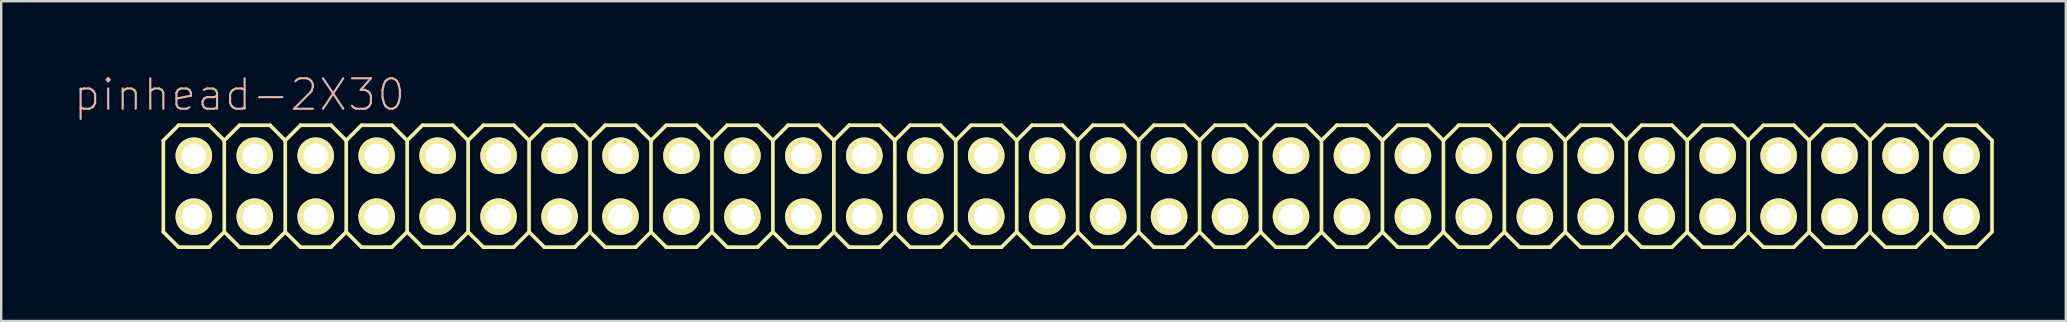
<source format=kicad_pcb>
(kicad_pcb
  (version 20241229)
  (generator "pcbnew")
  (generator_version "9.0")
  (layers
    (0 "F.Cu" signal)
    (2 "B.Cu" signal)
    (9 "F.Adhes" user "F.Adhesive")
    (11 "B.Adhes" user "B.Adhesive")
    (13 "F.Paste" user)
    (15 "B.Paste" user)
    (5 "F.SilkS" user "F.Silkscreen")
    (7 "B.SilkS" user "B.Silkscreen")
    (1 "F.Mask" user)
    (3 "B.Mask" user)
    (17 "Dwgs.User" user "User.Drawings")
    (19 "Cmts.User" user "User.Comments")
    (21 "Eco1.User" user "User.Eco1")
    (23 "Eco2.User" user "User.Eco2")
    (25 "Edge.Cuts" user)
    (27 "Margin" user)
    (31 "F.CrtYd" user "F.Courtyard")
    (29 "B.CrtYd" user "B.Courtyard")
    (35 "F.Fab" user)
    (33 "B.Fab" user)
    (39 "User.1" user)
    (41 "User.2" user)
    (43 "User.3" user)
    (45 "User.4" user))
  (footprint "pinhead-2X30"
    (layer "F.Cu")
    (at 43.126 4.709)
    (property "Reference" "pinhead-2X30" (at -36.195 -3.81 0) (layer "B.SilkS") (effects (font (size 1.27 1.27) (thickness 0.089))))
    (attr exclude_from_pos_files exclude_from_bom)
    (fp_line (start -39.37 -1.905) (end -38.735 -2.54) (stroke (width 0.152) (type solid)) (layer "F.SilkS"))
    (fp_line (start -39.37 1.905) (end -39.37 -1.905) (stroke (width 0.152) (type solid)) (layer "F.SilkS"))
    (fp_line (start -39.37 1.905) (end -38.735 2.54) (stroke (width 0.152) (type solid)) (layer "F.SilkS"))
    (fp_line (start -38.735 -2.54) (end -37.465 -2.54) (stroke (width 0.152) (type solid)) (layer "F.SilkS"))
    (fp_line (start -38.735 2.54) (end -37.465 2.54) (stroke (width 0.152) (type solid)) (layer "F.SilkS"))
    (fp_line (start -38.354 -1.524) (end -37.846 -1.524) (stroke (width 0.066) (type solid)) (layer "F.SilkS"))
    (fp_line (start -38.354 -1.016) (end -38.354 -1.524) (stroke (width 0.066) (type solid)) (layer "F.SilkS"))
    (fp_line (start -38.354 -1.016) (end -37.846 -1.016) (stroke (width 0.066) (type solid)) (layer "F.SilkS"))
    (fp_line (start -38.354 1.016) (end -37.846 1.016) (stroke (width 0.066) (type solid)) (layer "F.SilkS"))
    (fp_line (start -38.354 1.524) (end -38.354 1.016) (stroke (width 0.066) (type solid)) (layer "F.SilkS"))
    (fp_line (start -38.354 1.524) (end -37.846 1.524) (stroke (width 0.066) (type solid)) (layer "F.SilkS"))
    (fp_line (start -37.846 -1.016) (end -37.846 -1.524) (stroke (width 0.066) (type solid)) (layer "F.SilkS"))
    (fp_line (start -37.846 1.524) (end -37.846 1.016) (stroke (width 0.066) (type solid)) (layer "F.SilkS"))
    (fp_line (start -37.465 -2.54) (end -36.83 -1.905) (stroke (width 0.152) (type solid)) (layer "F.SilkS"))
    (fp_line (start -37.465 2.54) (end -36.83 1.905) (stroke (width 0.152) (type solid)) (layer "F.SilkS"))
    (fp_line (start -36.83 -1.905) (end -36.83 1.905) (stroke (width 0.152) (type solid)) (layer "F.SilkS"))
    (fp_line (start -36.83 -1.905) (end -36.195 -2.54) (stroke (width 0.152) (type solid)) (layer "F.SilkS"))
    (fp_line (start -36.83 1.905) (end -36.195 2.54) (stroke (width 0.152) (type solid)) (layer "F.SilkS"))
    (fp_line (start -36.195 -2.54) (end -34.925 -2.54) (stroke (width 0.152) (type solid)) (layer "F.SilkS"))
    (fp_line (start -36.195 2.54) (end -34.925 2.54) (stroke (width 0.152) (type solid)) (layer "F.SilkS"))
    (fp_line (start -35.814 -1.524) (end -35.303 -1.524) (stroke (width 0.066) (type solid)) (layer "F.SilkS"))
    (fp_line (start -35.814 -1.016) (end -35.814 -1.524) (stroke (width 0.066) (type solid)) (layer "F.SilkS"))
    (fp_line (start -35.814 -1.016) (end -35.303 -1.016) (stroke (width 0.066) (type solid)) (layer "F.SilkS"))
    (fp_line (start -35.814 1.016) (end -35.303 1.016) (stroke (width 0.066) (type solid)) (layer "F.SilkS"))
    (fp_line (start -35.814 1.524) (end -35.814 1.016) (stroke (width 0.066) (type solid)) (layer "F.SilkS"))
    (fp_line (start -35.814 1.524) (end -35.303 1.524) (stroke (width 0.066) (type solid)) (layer "F.SilkS"))
    (fp_line (start -35.303 -1.016) (end -35.303 -1.524) (stroke (width 0.066) (type solid)) (layer "F.SilkS"))
    (fp_line (start -35.303 1.524) (end -35.303 1.016) (stroke (width 0.066) (type solid)) (layer "F.SilkS"))
    (fp_line (start -34.925 -2.54) (end -34.29 -1.905) (stroke (width 0.152) (type solid)) (layer "F.SilkS"))
    (fp_line (start -34.925 2.54) (end -34.29 1.905) (stroke (width 0.152) (type solid)) (layer "F.SilkS"))
    (fp_line (start -34.29 -1.905) (end -34.29 1.905) (stroke (width 0.152) (type solid)) (layer "F.SilkS"))
    (fp_line (start -34.29 -1.905) (end -33.655 -2.54) (stroke (width 0.152) (type solid)) (layer "F.SilkS"))
    (fp_line (start -34.29 1.905) (end -33.655 2.54) (stroke (width 0.152) (type solid)) (layer "F.SilkS"))
    (fp_line (start -33.655 -2.54) (end -32.385 -2.54) (stroke (width 0.152) (type solid)) (layer "F.SilkS"))
    (fp_line (start -33.655 2.54) (end -32.385 2.54) (stroke (width 0.152) (type solid)) (layer "F.SilkS"))
    (fp_line (start -33.274 -1.524) (end -32.766 -1.524) (stroke (width 0.066) (type solid)) (layer "F.SilkS"))
    (fp_line (start -33.274 -1.016) (end -33.274 -1.524) (stroke (width 0.066) (type solid)) (layer "F.SilkS"))
    (fp_line (start -33.274 -1.016) (end -32.766 -1.016) (stroke (width 0.066) (type solid)) (layer "F.SilkS"))
    (fp_line (start -33.274 1.016) (end -32.766 1.016) (stroke (width 0.066) (type solid)) (layer "F.SilkS"))
    (fp_line (start -33.274 1.524) (end -33.274 1.016) (stroke (width 0.066) (type solid)) (layer "F.SilkS"))
    (fp_line (start -33.274 1.524) (end -32.766 1.524) (stroke (width 0.066) (type solid)) (layer "F.SilkS"))
    (fp_line (start -32.766 -1.016) (end -32.766 -1.524) (stroke (width 0.066) (type solid)) (layer "F.SilkS"))
    (fp_line (start -32.766 1.524) (end -32.766 1.016) (stroke (width 0.066) (type solid)) (layer "F.SilkS"))
    (fp_line (start -32.385 -2.54) (end -31.75 -1.905) (stroke (width 0.152) (type solid)) (layer "F.SilkS"))
    (fp_line (start -32.385 2.54) (end -31.75 1.905) (stroke (width 0.152) (type solid)) (layer "F.SilkS"))
    (fp_line (start -31.75 -1.905) (end -31.75 1.905) (stroke (width 0.152) (type solid)) (layer "F.SilkS"))
    (fp_line (start -31.75 -1.905) (end -31.115 -2.54) (stroke (width 0.152) (type solid)) (layer "F.SilkS"))
    (fp_line (start -31.75 1.905) (end -31.115 2.54) (stroke (width 0.152) (type solid)) (layer "F.SilkS"))
    (fp_line (start -31.115 -2.54) (end -29.845 -2.54) (stroke (width 0.152) (type solid)) (layer "F.SilkS"))
    (fp_line (start -31.115 2.54) (end -29.845 2.54) (stroke (width 0.152) (type solid)) (layer "F.SilkS"))
    (fp_line (start -30.734 -1.524) (end -30.226 -1.524) (stroke (width 0.066) (type solid)) (layer "F.SilkS"))
    (fp_line (start -30.734 -1.016) (end -30.734 -1.524) (stroke (width 0.066) (type solid)) (layer "F.SilkS"))
    (fp_line (start -30.734 -1.016) (end -30.226 -1.016) (stroke (width 0.066) (type solid)) (layer "F.SilkS"))
    (fp_line (start -30.734 1.016) (end -30.226 1.016) (stroke (width 0.066) (type solid)) (layer "F.SilkS"))
    (fp_line (start -30.734 1.524) (end -30.734 1.016) (stroke (width 0.066) (type solid)) (layer "F.SilkS"))
    (fp_line (start -30.734 1.524) (end -30.226 1.524) (stroke (width 0.066) (type solid)) (layer "F.SilkS"))
    (fp_line (start -30.226 -1.016) (end -30.226 -1.524) (stroke (width 0.066) (type solid)) (layer "F.SilkS"))
    (fp_line (start -30.226 1.524) (end -30.226 1.016) (stroke (width 0.066) (type solid)) (layer "F.SilkS"))
    (fp_line (start -29.845 -2.54) (end -29.21 -1.905) (stroke (width 0.152) (type solid)) (layer "F.SilkS"))
    (fp_line (start -29.845 2.54) (end -29.21 1.905) (stroke (width 0.152) (type solid)) (layer "F.SilkS"))
    (fp_line (start -29.21 -1.905) (end -29.21 1.905) (stroke (width 0.152) (type solid)) (layer "F.SilkS"))
    (fp_line (start -29.21 -1.905) (end -28.575 -2.54) (stroke (width 0.152) (type solid)) (layer "F.SilkS"))
    (fp_line (start -29.21 1.905) (end -28.575 2.54) (stroke (width 0.152) (type solid)) (layer "F.SilkS"))
    (fp_line (start -28.575 -2.54) (end -27.305 -2.54) (stroke (width 0.152) (type solid)) (layer "F.SilkS"))
    (fp_line (start -28.575 2.54) (end -27.305 2.54) (stroke (width 0.152) (type solid)) (layer "F.SilkS"))
    (fp_line (start -28.194 -1.524) (end -27.686 -1.524) (stroke (width 0.066) (type solid)) (layer "F.SilkS"))
    (fp_line (start -28.194 -1.016) (end -28.194 -1.524) (stroke (width 0.066) (type solid)) (layer "F.SilkS"))
    (fp_line (start -28.194 -1.016) (end -27.686 -1.016) (stroke (width 0.066) (type solid)) (layer "F.SilkS"))
    (fp_line (start -28.194 1.016) (end -27.686 1.016) (stroke (width 0.066) (type solid)) (layer "F.SilkS"))
    (fp_line (start -28.194 1.524) (end -28.194 1.016) (stroke (width 0.066) (type solid)) (layer "F.SilkS"))
    (fp_line (start -28.194 1.524) (end -27.686 1.524) (stroke (width 0.066) (type solid)) (layer "F.SilkS"))
    (fp_line (start -27.686 -1.016) (end -27.686 -1.524) (stroke (width 0.066) (type solid)) (layer "F.SilkS"))
    (fp_line (start -27.686 1.524) (end -27.686 1.016) (stroke (width 0.066) (type solid)) (layer "F.SilkS"))
    (fp_line (start -27.305 -2.54) (end -26.67 -1.905) (stroke (width 0.152) (type solid)) (layer "F.SilkS"))
    (fp_line (start -27.305 2.54) (end -26.67 1.905) (stroke (width 0.152) (type solid)) (layer "F.SilkS"))
    (fp_line (start -26.67 -1.905) (end -26.67 1.905) (stroke (width 0.152) (type solid)) (layer "F.SilkS"))
    (fp_line (start -26.67 -1.905) (end -26.035 -2.54) (stroke (width 0.152) (type solid)) (layer "F.SilkS"))
    (fp_line (start -26.67 1.905) (end -26.035 2.54) (stroke (width 0.152) (type solid)) (layer "F.SilkS"))
    (fp_line (start -26.035 -2.54) (end -24.765 -2.54) (stroke (width 0.152) (type solid)) (layer "F.SilkS"))
    (fp_line (start -26.035 2.54) (end -24.765 2.54) (stroke (width 0.152) (type solid)) (layer "F.SilkS"))
    (fp_line (start -25.654 -1.524) (end -25.146 -1.524) (stroke (width 0.066) (type solid)) (layer "F.SilkS"))
    (fp_line (start -25.654 -1.016) (end -25.654 -1.524) (stroke (width 0.066) (type solid)) (layer "F.SilkS"))
    (fp_line (start -25.654 -1.016) (end -25.146 -1.016) (stroke (width 0.066) (type solid)) (layer "F.SilkS"))
    (fp_line (start -25.654 1.016) (end -25.146 1.016) (stroke (width 0.066) (type solid)) (layer "F.SilkS"))
    (fp_line (start -25.654 1.524) (end -25.654 1.016) (stroke (width 0.066) (type solid)) (layer "F.SilkS"))
    (fp_line (start -25.654 1.524) (end -25.146 1.524) (stroke (width 0.066) (type solid)) (layer "F.SilkS"))
    (fp_line (start -25.146 -1.016) (end -25.146 -1.524) (stroke (width 0.066) (type solid)) (layer "F.SilkS"))
    (fp_line (start -25.146 1.524) (end -25.146 1.016) (stroke (width 0.066) (type solid)) (layer "F.SilkS"))
    (fp_line (start -24.765 -2.54) (end -24.13 -1.905) (stroke (width 0.152) (type solid)) (layer "F.SilkS"))
    (fp_line (start -24.765 2.54) (end -24.13 1.905) (stroke (width 0.152) (type solid)) (layer "F.SilkS"))
    (fp_line (start -24.13 -1.905) (end -24.13 1.905) (stroke (width 0.152) (type solid)) (layer "F.SilkS"))
    (fp_line (start -24.13 -1.905) (end -23.495 -2.54) (stroke (width 0.152) (type solid)) (layer "F.SilkS"))
    (fp_line (start -24.13 1.905) (end -23.495 2.54) (stroke (width 0.152) (type solid)) (layer "F.SilkS"))
    (fp_line (start -23.495 -2.54) (end -22.225 -2.54) (stroke (width 0.152) (type solid)) (layer "F.SilkS"))
    (fp_line (start -23.114 -1.524) (end -22.606 -1.524) (stroke (width 0.066) (type solid)) (layer "F.SilkS"))
    (fp_line (start -23.114 -1.016) (end -23.114 -1.524) (stroke (width 0.066) (type solid)) (layer "F.SilkS"))
    (fp_line (start -23.114 -1.016) (end -22.606 -1.016) (stroke (width 0.066) (type solid)) (layer "F.SilkS"))
    (fp_line (start -23.114 1.016) (end -22.606 1.016) (stroke (width 0.066) (type solid)) (layer "F.SilkS"))
    (fp_line (start -23.114 1.524) (end -23.114 1.016) (stroke (width 0.066) (type solid)) (layer "F.SilkS"))
    (fp_line (start -23.114 1.524) (end -22.606 1.524) (stroke (width 0.066) (type solid)) (layer "F.SilkS"))
    (fp_line (start -22.606 -1.016) (end -22.606 -1.524) (stroke (width 0.066) (type solid)) (layer "F.SilkS"))
    (fp_line (start -22.606 1.524) (end -22.606 1.016) (stroke (width 0.066) (type solid)) (layer "F.SilkS"))
    (fp_line (start -22.225 -2.54) (end -21.59 -1.905) (stroke (width 0.152) (type solid)) (layer "F.SilkS"))
    (fp_line (start -22.225 2.54) (end -23.495 2.54) (stroke (width 0.152) (type solid)) (layer "F.SilkS"))
    (fp_line (start -21.59 -1.905) (end -21.59 1.905) (stroke (width 0.152) (type solid)) (layer "F.SilkS"))
    (fp_line (start -21.59 -1.905) (end -20.955 -2.54) (stroke (width 0.152) (type solid)) (layer "F.SilkS"))
    (fp_line (start -21.59 1.905) (end -22.225 2.54) (stroke (width 0.152) (type solid)) (layer "F.SilkS"))
    (fp_line (start -21.59 1.905) (end -20.955 2.54) (stroke (width 0.152) (type solid)) (layer "F.SilkS"))
    (fp_line (start -20.955 -2.54) (end -19.685 -2.54) (stroke (width 0.152) (type solid)) (layer "F.SilkS"))
    (fp_line (start -20.574 -1.524) (end -20.066 -1.524) (stroke (width 0.066) (type solid)) (layer "F.SilkS"))
    (fp_line (start -20.574 -1.016) (end -20.574 -1.524) (stroke (width 0.066) (type solid)) (layer "F.SilkS"))
    (fp_line (start -20.574 -1.016) (end -20.066 -1.016) (stroke (width 0.066) (type solid)) (layer "F.SilkS"))
    (fp_line (start -20.574 1.016) (end -20.066 1.016) (stroke (width 0.066) (type solid)) (layer "F.SilkS"))
    (fp_line (start -20.574 1.524) (end -20.574 1.016) (stroke (width 0.066) (type solid)) (layer "F.SilkS"))
    (fp_line (start -20.574 1.524) (end -20.066 1.524) (stroke (width 0.066) (type solid)) (layer "F.SilkS"))
    (fp_line (start -20.066 -1.016) (end -20.066 -1.524) (stroke (width 0.066) (type solid)) (layer "F.SilkS"))
    (fp_line (start -20.066 1.524) (end -20.066 1.016) (stroke (width 0.066) (type solid)) (layer "F.SilkS"))
    (fp_line (start -19.685 -2.54) (end -19.05 -1.905) (stroke (width 0.152) (type solid)) (layer "F.SilkS"))
    (fp_line (start -19.685 2.54) (end -20.955 2.54) (stroke (width 0.152) (type solid)) (layer "F.SilkS"))
    (fp_line (start -19.05 -1.905) (end -19.05 1.905) (stroke (width 0.152) (type solid)) (layer "F.SilkS"))
    (fp_line (start -19.05 -1.905) (end -18.415 -2.54) (stroke (width 0.152) (type solid)) (layer "F.SilkS"))
    (fp_line (start -19.05 1.905) (end -19.685 2.54) (stroke (width 0.152) (type solid)) (layer "F.SilkS"))
    (fp_line (start -19.05 1.905) (end -18.415 2.54) (stroke (width 0.152) (type solid)) (layer "F.SilkS"))
    (fp_line (start -18.415 -2.54) (end -17.145 -2.54) (stroke (width 0.152) (type solid)) (layer "F.SilkS"))
    (fp_line (start -18.034 -1.524) (end -17.523 -1.524) (stroke (width 0.066) (type solid)) (layer "F.SilkS"))
    (fp_line (start -18.034 -1.016) (end -18.034 -1.524) (stroke (width 0.066) (type solid)) (layer "F.SilkS"))
    (fp_line (start -18.034 -1.016) (end -17.523 -1.016) (stroke (width 0.066) (type solid)) (layer "F.SilkS"))
    (fp_line (start -18.034 1.016) (end -17.523 1.016) (stroke (width 0.066) (type solid)) (layer "F.SilkS"))
    (fp_line (start -18.034 1.524) (end -18.034 1.016) (stroke (width 0.066) (type solid)) (layer "F.SilkS"))
    (fp_line (start -18.034 1.524) (end -17.523 1.524) (stroke (width 0.066) (type solid)) (layer "F.SilkS"))
    (fp_line (start -17.523 -1.016) (end -17.523 -1.524) (stroke (width 0.066) (type solid)) (layer "F.SilkS"))
    (fp_line (start -17.523 1.524) (end -17.523 1.016) (stroke (width 0.066) (type solid)) (layer "F.SilkS"))
    (fp_line (start -17.145 -2.54) (end -16.51 -1.905) (stroke (width 0.152) (type solid)) (layer "F.SilkS"))
    (fp_line (start -17.145 2.54) (end -18.415 2.54) (stroke (width 0.152) (type solid)) (layer "F.SilkS"))
    (fp_line (start -16.51 -1.905) (end -16.51 1.905) (stroke (width 0.152) (type solid)) (layer "F.SilkS"))
    (fp_line (start -16.51 -1.905) (end -15.875 -2.54) (stroke (width 0.152) (type solid)) (layer "F.SilkS"))
    (fp_line (start -16.51 1.905) (end -17.145 2.54) (stroke (width 0.152) (type solid)) (layer "F.SilkS"))
    (fp_line (start -16.51 1.905) (end -15.875 2.54) (stroke (width 0.152) (type solid)) (layer "F.SilkS"))
    (fp_line (start -15.875 -2.54) (end -14.605 -2.54) (stroke (width 0.152) (type solid)) (layer "F.SilkS"))
    (fp_line (start -15.494 -1.524) (end -14.986 -1.524) (stroke (width 0.066) (type solid)) (layer "F.SilkS"))
    (fp_line (start -15.494 -1.016) (end -15.494 -1.524) (stroke (width 0.066) (type solid)) (layer "F.SilkS"))
    (fp_line (start -15.494 -1.016) (end -14.986 -1.016) (stroke (width 0.066) (type solid)) (layer "F.SilkS"))
    (fp_line (start -15.494 1.016) (end -14.986 1.016) (stroke (width 0.066) (type solid)) (layer "F.SilkS"))
    (fp_line (start -15.494 1.524) (end -15.494 1.016) (stroke (width 0.066) (type solid)) (layer "F.SilkS"))
    (fp_line (start -15.494 1.524) (end -14.986 1.524) (stroke (width 0.066) (type solid)) (layer "F.SilkS"))
    (fp_line (start -14.986 -1.016) (end -14.986 -1.524) (stroke (width 0.066) (type solid)) (layer "F.SilkS"))
    (fp_line (start -14.986 1.524) (end -14.986 1.016) (stroke (width 0.066) (type solid)) (layer "F.SilkS"))
    (fp_line (start -14.605 -2.54) (end -13.97 -1.905) (stroke (width 0.152) (type solid)) (layer "F.SilkS"))
    (fp_line (start -14.605 2.54) (end -15.875 2.54) (stroke (width 0.152) (type solid)) (layer "F.SilkS"))
    (fp_line (start -13.97 -1.905) (end -13.97 1.905) (stroke (width 0.152) (type solid)) (layer "F.SilkS"))
    (fp_line (start -13.97 -1.905) (end -13.335 -2.54) (stroke (width 0.152) (type solid)) (layer "F.SilkS"))
    (fp_line (start -13.97 1.905) (end -14.605 2.54) (stroke (width 0.152) (type solid)) (layer "F.SilkS"))
    (fp_line (start -13.97 1.905) (end -13.335 2.54) (stroke (width 0.152) (type solid)) (layer "F.SilkS"))
    (fp_line (start -13.335 -2.54) (end -12.065 -2.54) (stroke (width 0.152) (type solid)) (layer "F.SilkS"))
    (fp_line (start -12.954 -1.524) (end -12.446 -1.524) (stroke (width 0.066) (type solid)) (layer "F.SilkS"))
    (fp_line (start -12.954 -1.016) (end -12.954 -1.524) (stroke (width 0.066) (type solid)) (layer "F.SilkS"))
    (fp_line (start -12.954 -1.016) (end -12.446 -1.016) (stroke (width 0.066) (type solid)) (layer "F.SilkS"))
    (fp_line (start -12.954 1.016) (end -12.446 1.016) (stroke (width 0.066) (type solid)) (layer "F.SilkS"))
    (fp_line (start -12.954 1.524) (end -12.954 1.016) (stroke (width 0.066) (type solid)) (layer "F.SilkS"))
    (fp_line (start -12.954 1.524) (end -12.446 1.524) (stroke (width 0.066) (type solid)) (layer "F.SilkS"))
    (fp_line (start -12.446 -1.016) (end -12.446 -1.524) (stroke (width 0.066) (type solid)) (layer "F.SilkS"))
    (fp_line (start -12.446 1.524) (end -12.446 1.016) (stroke (width 0.066) (type solid)) (layer "F.SilkS"))
    (fp_line (start -12.065 -2.54) (end -11.43 -1.905) (stroke (width 0.152) (type solid)) (layer "F.SilkS"))
    (fp_line (start -12.065 2.54) (end -13.335 2.54) (stroke (width 0.152) (type solid)) (layer "F.SilkS"))
    (fp_line (start -11.43 -1.905) (end -11.43 1.905) (stroke (width 0.152) (type solid)) (layer "F.SilkS"))
    (fp_line (start -11.43 -1.905) (end -10.795 -2.54) (stroke (width 0.152) (type solid)) (layer "F.SilkS"))
    (fp_line (start -11.43 1.905) (end -12.065 2.54) (stroke (width 0.152) (type solid)) (layer "F.SilkS"))
    (fp_line (start -11.43 1.905) (end -10.795 2.54) (stroke (width 0.152) (type solid)) (layer "F.SilkS"))
    (fp_line (start -10.795 -2.54) (end -9.525 -2.54) (stroke (width 0.152) (type solid)) (layer "F.SilkS"))
    (fp_line (start -10.414 -1.524) (end -9.906 -1.524) (stroke (width 0.066) (type solid)) (layer "F.SilkS"))
    (fp_line (start -10.414 -1.016) (end -10.414 -1.524) (stroke (width 0.066) (type solid)) (layer "F.SilkS"))
    (fp_line (start -10.414 -1.016) (end -9.906 -1.016) (stroke (width 0.066) (type solid)) (layer "F.SilkS"))
    (fp_line (start -10.414 1.016) (end -9.906 1.016) (stroke (width 0.066) (type solid)) (layer "F.SilkS"))
    (fp_line (start -10.414 1.524) (end -10.414 1.016) (stroke (width 0.066) (type solid)) (layer "F.SilkS"))
    (fp_line (start -10.414 1.524) (end -9.906 1.524) (stroke (width 0.066) (type solid)) (layer "F.SilkS"))
    (fp_line (start -9.906 -1.016) (end -9.906 -1.524) (stroke (width 0.066) (type solid)) (layer "F.SilkS"))
    (fp_line (start -9.906 1.524) (end -9.906 1.016) (stroke (width 0.066) (type solid)) (layer "F.SilkS"))
    (fp_line (start -9.525 2.54) (end -10.795 2.54) (stroke (width 0.152) (type solid)) (layer "F.SilkS"))
    (fp_line (start -8.89 -1.905) (end -9.525 -2.54) (stroke (width 0.152) (type solid)) (layer "F.SilkS"))
    (fp_line (start -8.89 -1.905) (end -8.89 1.905) (stroke (width 0.152) (type solid)) (layer "F.SilkS"))
    (fp_line (start -8.89 -1.905) (end -8.255 -2.54) (stroke (width 0.152) (type solid)) (layer "F.SilkS"))
    (fp_line (start -8.89 1.905) (end -9.525 2.54) (stroke (width 0.152) (type solid)) (layer "F.SilkS"))
    (fp_line (start -8.89 1.905) (end -8.255 2.54) (stroke (width 0.152) (type solid)) (layer "F.SilkS"))
    (fp_line (start -7.874 -1.524) (end -7.366 -1.524) (stroke (width 0.066) (type solid)) (layer "F.SilkS"))
    (fp_line (start -7.874 -1.016) (end -7.874 -1.524) (stroke (width 0.066) (type solid)) (layer "F.SilkS"))
    (fp_line (start -7.874 -1.016) (end -7.366 -1.016) (stroke (width 0.066) (type solid)) (layer "F.SilkS"))
    (fp_line (start -7.874 1.016) (end -7.366 1.016) (stroke (width 0.066) (type solid)) (layer "F.SilkS"))
    (fp_line (start -7.874 1.524) (end -7.874 1.016) (stroke (width 0.066) (type solid)) (layer "F.SilkS"))
    (fp_line (start -7.874 1.524) (end -7.366 1.524) (stroke (width 0.066) (type solid)) (layer "F.SilkS"))
    (fp_line (start -7.366 -1.016) (end -7.366 -1.524) (stroke (width 0.066) (type solid)) (layer "F.SilkS"))
    (fp_line (start -7.366 1.524) (end -7.366 1.016) (stroke (width 0.066) (type solid)) (layer "F.SilkS"))
    (fp_line (start -6.985 -2.54) (end -8.255 -2.54) (stroke (width 0.152) (type solid)) (layer "F.SilkS"))
    (fp_line (start -6.985 -2.54) (end -6.35 -1.905) (stroke (width 0.152) (type solid)) (layer "F.SilkS"))
    (fp_line (start -6.985 2.54) (end -8.255 2.54) (stroke (width 0.152) (type solid)) (layer "F.SilkS"))
    (fp_line (start -6.35 -1.905) (end -6.35 1.905) (stroke (width 0.152) (type solid)) (layer "F.SilkS"))
    (fp_line (start -6.35 -1.905) (end -5.715 -2.54) (stroke (width 0.152) (type solid)) (layer "F.SilkS"))
    (fp_line (start -6.35 1.905) (end -6.985 2.54) (stroke (width 0.152) (type solid)) (layer "F.SilkS"))
    (fp_line (start -6.35 1.905) (end -5.715 2.54) (stroke (width 0.152) (type solid)) (layer "F.SilkS"))
    (fp_line (start -5.334 -1.524) (end -4.826 -1.524) (stroke (width 0.066) (type solid)) (layer "F.SilkS"))
    (fp_line (start -5.334 -1.016) (end -5.334 -1.524) (stroke (width 0.066) (type solid)) (layer "F.SilkS"))
    (fp_line (start -5.334 -1.016) (end -4.826 -1.016) (stroke (width 0.066) (type solid)) (layer "F.SilkS"))
    (fp_line (start -5.334 1.016) (end -4.826 1.016) (stroke (width 0.066) (type solid)) (layer "F.SilkS"))
    (fp_line (start -5.334 1.524) (end -5.334 1.016) (stroke (width 0.066) (type solid)) (layer "F.SilkS"))
    (fp_line (start -5.334 1.524) (end -4.826 1.524) (stroke (width 0.066) (type solid)) (layer "F.SilkS"))
    (fp_line (start -4.826 -1.016) (end -4.826 -1.524) (stroke (width 0.066) (type solid)) (layer "F.SilkS"))
    (fp_line (start -4.826 1.524) (end -4.826 1.016) (stroke (width 0.066) (type solid)) (layer "F.SilkS"))
    (fp_line (start -4.445 -2.54) (end -5.715 -2.54) (stroke (width 0.152) (type solid)) (layer "F.SilkS"))
    (fp_line (start -4.445 -2.54) (end -3.81 -1.905) (stroke (width 0.152) (type solid)) (layer "F.SilkS"))
    (fp_line (start -4.445 2.54) (end -5.715 2.54) (stroke (width 0.152) (type solid)) (layer "F.SilkS"))
    (fp_line (start -3.81 -1.905) (end -3.81 1.905) (stroke (width 0.152) (type solid)) (layer "F.SilkS"))
    (fp_line (start -3.81 -1.905) (end -3.175 -2.54) (stroke (width 0.152) (type solid)) (layer "F.SilkS"))
    (fp_line (start -3.81 1.905) (end -4.445 2.54) (stroke (width 0.152) (type solid)) (layer "F.SilkS"))
    (fp_line (start -3.175 2.54) (end -3.81 1.905) (stroke (width 0.152) (type solid)) (layer "F.SilkS"))
    (fp_line (start -3.175 2.54) (end -1.905 2.54) (stroke (width 0.152) (type solid)) (layer "F.SilkS"))
    (fp_line (start -2.794 -1.524) (end -2.286 -1.524) (stroke (width 0.066) (type solid)) (layer "F.SilkS"))
    (fp_line (start -2.794 -1.016) (end -2.794 -1.524) (stroke (width 0.066) (type solid)) (layer "F.SilkS"))
    (fp_line (start -2.794 -1.016) (end -2.286 -1.016) (stroke (width 0.066) (type solid)) (layer "F.SilkS"))
    (fp_line (start -2.794 1.016) (end -2.286 1.016) (stroke (width 0.066) (type solid)) (layer "F.SilkS"))
    (fp_line (start -2.794 1.524) (end -2.794 1.016) (stroke (width 0.066) (type solid)) (layer "F.SilkS"))
    (fp_line (start -2.794 1.524) (end -2.286 1.524) (stroke (width 0.066) (type solid)) (layer "F.SilkS"))
    (fp_line (start -2.286 -1.016) (end -2.286 -1.524) (stroke (width 0.066) (type solid)) (layer "F.SilkS"))
    (fp_line (start -2.286 1.524) (end -2.286 1.016) (stroke (width 0.066) (type solid)) (layer "F.SilkS"))
    (fp_line (start -1.905 -2.54) (end -3.175 -2.54) (stroke (width 0.152) (type solid)) (layer "F.SilkS"))
    (fp_line (start -1.905 -2.54) (end -1.27 -1.905) (stroke (width 0.152) (type solid)) (layer "F.SilkS"))
    (fp_line (start -1.27 -1.905) (end -1.27 1.905) (stroke (width 0.152) (type solid)) (layer "F.SilkS"))
    (fp_line (start -1.27 -1.905) (end -0.635 -2.54) (stroke (width 0.152) (type solid)) (layer "F.SilkS"))
    (fp_line (start -1.27 1.905) (end -1.905 2.54) (stroke (width 0.152) (type solid)) (layer "F.SilkS"))
    (fp_line (start -0.635 2.54) (end -1.27 1.905) (stroke (width 0.152) (type solid)) (layer "F.SilkS"))
    (fp_line (start -0.635 2.54) (end 0.635 2.54) (stroke (width 0.152) (type solid)) (layer "F.SilkS"))
    (fp_line (start -0.254 -1.524) (end 0.254 -1.524) (stroke (width 0.066) (type solid)) (layer "F.SilkS"))
    (fp_line (start -0.254 -1.016) (end -0.254 -1.524) (stroke (width 0.066) (type solid)) (layer "F.SilkS"))
    (fp_line (start -0.254 -1.016) (end 0.254 -1.016) (stroke (width 0.066) (type solid)) (layer "F.SilkS"))
    (fp_line (start -0.254 1.016) (end 0.254 1.016) (stroke (width 0.066) (type solid)) (layer "F.SilkS"))
    (fp_line (start -0.254 1.524) (end -0.254 1.016) (stroke (width 0.066) (type solid)) (layer "F.SilkS"))
    (fp_line (start -0.254 1.524) (end 0.254 1.524) (stroke (width 0.066) (type solid)) (layer "F.SilkS"))
    (fp_line (start 0.254 -1.016) (end 0.254 -1.524) (stroke (width 0.066) (type solid)) (layer "F.SilkS"))
    (fp_line (start 0.254 1.524) (end 0.254 1.016) (stroke (width 0.066) (type solid)) (layer "F.SilkS"))
    (fp_line (start 0.635 -2.54) (end -0.635 -2.54) (stroke (width 0.152) (type solid)) (layer "F.SilkS"))
    (fp_line (start 0.635 -2.54) (end 1.27 -1.905) (stroke (width 0.152) (type solid)) (layer "F.SilkS"))
    (fp_line (start 1.27 -1.905) (end 1.27 1.905) (stroke (width 0.152) (type solid)) (layer "F.SilkS"))
    (fp_line (start 1.27 -1.905) (end 1.905 -2.54) (stroke (width 0.152) (type solid)) (layer "F.SilkS"))
    (fp_line (start 1.27 1.905) (end 0.635 2.54) (stroke (width 0.152) (type solid)) (layer "F.SilkS"))
    (fp_line (start 1.27 1.905) (end 1.905 2.54) (stroke (width 0.152) (type solid)) (layer "F.SilkS"))
    (fp_line (start 2.286 -1.524) (end 2.794 -1.524) (stroke (width 0.066) (type solid)) (layer "F.SilkS"))
    (fp_line (start 2.286 -1.016) (end 2.286 -1.524) (stroke (width 0.066) (type solid)) (layer "F.SilkS"))
    (fp_line (start 2.286 -1.016) (end 2.794 -1.016) (stroke (width 0.066) (type solid)) (layer "F.SilkS"))
    (fp_line (start 2.286 1.016) (end 2.794 1.016) (stroke (width 0.066) (type solid)) (layer "F.SilkS"))
    (fp_line (start 2.286 1.524) (end 2.286 1.016) (stroke (width 0.066) (type solid)) (layer "F.SilkS"))
    (fp_line (start 2.286 1.524) (end 2.794 1.524) (stroke (width 0.066) (type solid)) (layer "F.SilkS"))
    (fp_line (start 2.794 -1.016) (end 2.794 -1.524) (stroke (width 0.066) (type solid)) (layer "F.SilkS"))
    (fp_line (start 2.794 1.524) (end 2.794 1.016) (stroke (width 0.066) (type solid)) (layer "F.SilkS"))
    (fp_line (start 3.175 -2.54) (end 1.905 -2.54) (stroke (width 0.152) (type solid)) (layer "F.SilkS"))
    (fp_line (start 3.175 -2.54) (end 3.81 -1.905) (stroke (width 0.152) (type solid)) (layer "F.SilkS"))
    (fp_line (start 3.175 2.54) (end 1.905 2.54) (stroke (width 0.152) (type solid)) (layer "F.SilkS"))
    (fp_line (start 3.81 -1.905) (end 3.81 1.905) (stroke (width 0.152) (type solid)) (layer "F.SilkS"))
    (fp_line (start 3.81 -1.905) (end 4.445 -2.54) (stroke (width 0.152) (type solid)) (layer "F.SilkS"))
    (fp_line (start 3.81 1.905) (end 3.175 2.54) (stroke (width 0.152) (type solid)) (layer "F.SilkS"))
    (fp_line (start 3.81 1.905) (end 4.445 2.54) (stroke (width 0.152) (type solid)) (layer "F.SilkS"))
    (fp_line (start 4.826 -1.524) (end 5.334 -1.524) (stroke (width 0.066) (type solid)) (layer "F.SilkS"))
    (fp_line (start 4.826 -1.016) (end 4.826 -1.524) (stroke (width 0.066) (type solid)) (layer "F.SilkS"))
    (fp_line (start 4.826 -1.016) (end 5.334 -1.016) (stroke (width 0.066) (type solid)) (layer "F.SilkS"))
    (fp_line (start 4.826 1.016) (end 5.334 1.016) (stroke (width 0.066) (type solid)) (layer "F.SilkS"))
    (fp_line (start 4.826 1.524) (end 4.826 1.016) (stroke (width 0.066) (type solid)) (layer "F.SilkS"))
    (fp_line (start 4.826 1.524) (end 5.334 1.524) (stroke (width 0.066) (type solid)) (layer "F.SilkS"))
    (fp_line (start 5.334 -1.016) (end 5.334 -1.524) (stroke (width 0.066) (type solid)) (layer "F.SilkS"))
    (fp_line (start 5.334 1.524) (end 5.334 1.016) (stroke (width 0.066) (type solid)) (layer "F.SilkS"))
    (fp_line (start 5.715 -2.54) (end 4.445 -2.54) (stroke (width 0.152) (type solid)) (layer "F.SilkS"))
    (fp_line (start 5.715 -2.54) (end 6.35 -1.905) (stroke (width 0.152) (type solid)) (layer "F.SilkS"))
    (fp_line (start 5.715 2.54) (end 4.445 2.54) (stroke (width 0.152) (type solid)) (layer "F.SilkS"))
    (fp_line (start 6.35 -1.905) (end 6.35 1.905) (stroke (width 0.152) (type solid)) (layer "F.SilkS"))
    (fp_line (start 6.35 -1.905) (end 6.985 -2.54) (stroke (width 0.152) (type solid)) (layer "F.SilkS"))
    (fp_line (start 6.35 1.905) (end 5.715 2.54) (stroke (width 0.152) (type solid)) (layer "F.SilkS"))
    (fp_line (start 6.35 1.905) (end 6.985 2.54) (stroke (width 0.152) (type solid)) (layer "F.SilkS"))
    (fp_line (start 7.366 -1.524) (end 7.874 -1.524) (stroke (width 0.066) (type solid)) (layer "F.SilkS"))
    (fp_line (start 7.366 -1.016) (end 7.366 -1.524) (stroke (width 0.066) (type solid)) (layer "F.SilkS"))
    (fp_line (start 7.366 -1.016) (end 7.874 -1.016) (stroke (width 0.066) (type solid)) (layer "F.SilkS"))
    (fp_line (start 7.366 1.016) (end 7.874 1.016) (stroke (width 0.066) (type solid)) (layer "F.SilkS"))
    (fp_line (start 7.366 1.524) (end 7.366 1.016) (stroke (width 0.066) (type solid)) (layer "F.SilkS"))
    (fp_line (start 7.366 1.524) (end 7.874 1.524) (stroke (width 0.066) (type solid)) (layer "F.SilkS"))
    (fp_line (start 7.874 -1.016) (end 7.874 -1.524) (stroke (width 0.066) (type solid)) (layer "F.SilkS"))
    (fp_line (start 7.874 1.524) (end 7.874 1.016) (stroke (width 0.066) (type solid)) (layer "F.SilkS"))
    (fp_line (start 8.255 -2.54) (end 6.985 -2.54) (stroke (width 0.152) (type solid)) (layer "F.SilkS"))
    (fp_line (start 8.255 -2.54) (end 8.89 -1.905) (stroke (width 0.152) (type solid)) (layer "F.SilkS"))
    (fp_line (start 8.255 2.54) (end 6.985 2.54) (stroke (width 0.152) (type solid)) (layer "F.SilkS"))
    (fp_line (start 8.89 -1.905) (end 8.89 1.905) (stroke (width 0.152) (type solid)) (layer "F.SilkS"))
    (fp_line (start 8.89 -1.905) (end 9.525 -2.54) (stroke (width 0.152) (type solid)) (layer "F.SilkS"))
    (fp_line (start 8.89 1.905) (end 8.255 2.54) (stroke (width 0.152) (type solid)) (layer "F.SilkS"))
    (fp_line (start 8.89 1.905) (end 9.525 2.54) (stroke (width 0.152) (type solid)) (layer "F.SilkS"))
    (fp_line (start 9.906 -1.524) (end 10.414 -1.524) (stroke (width 0.066) (type solid)) (layer "F.SilkS"))
    (fp_line (start 9.906 -1.016) (end 9.906 -1.524) (stroke (width 0.066) (type solid)) (layer "F.SilkS"))
    (fp_line (start 9.906 -1.016) (end 10.414 -1.016) (stroke (width 0.066) (type solid)) (layer "F.SilkS"))
    (fp_line (start 9.906 1.016) (end 10.414 1.016) (stroke (width 0.066) (type solid)) (layer "F.SilkS"))
    (fp_line (start 9.906 1.524) (end 9.906 1.016) (stroke (width 0.066) (type solid)) (layer "F.SilkS"))
    (fp_line (start 9.906 1.524) (end 10.414 1.524) (stroke (width 0.066) (type solid)) (layer "F.SilkS"))
    (fp_line (start 10.414 -1.016) (end 10.414 -1.524) (stroke (width 0.066) (type solid)) (layer "F.SilkS"))
    (fp_line (start 10.414 1.524) (end 10.414 1.016) (stroke (width 0.066) (type solid)) (layer "F.SilkS"))
    (fp_line (start 10.795 -2.54) (end 9.525 -2.54) (stroke (width 0.152) (type solid)) (layer "F.SilkS"))
    (fp_line (start 10.795 -2.54) (end 11.43 -1.905) (stroke (width 0.152) (type solid)) (layer "F.SilkS"))
    (fp_line (start 10.795 2.54) (end 9.525 2.54) (stroke (width 0.152) (type solid)) (layer "F.SilkS"))
    (fp_line (start 11.43 -1.905) (end 11.43 1.905) (stroke (width 0.152) (type solid)) (layer "F.SilkS"))
    (fp_line (start 11.43 -1.905) (end 12.065 -2.54) (stroke (width 0.152) (type solid)) (layer "F.SilkS"))
    (fp_line (start 11.43 1.905) (end 10.795 2.54) (stroke (width 0.152) (type solid)) (layer "F.SilkS"))
    (fp_line (start 11.43 1.905) (end 12.065 2.54) (stroke (width 0.152) (type solid)) (layer "F.SilkS"))
    (fp_line (start 12.446 -1.524) (end 12.954 -1.524) (stroke (width 0.066) (type solid)) (layer "F.SilkS"))
    (fp_line (start 12.446 -1.016) (end 12.446 -1.524) (stroke (width 0.066) (type solid)) (layer "F.SilkS"))
    (fp_line (start 12.446 -1.016) (end 12.954 -1.016) (stroke (width 0.066) (type solid)) (layer "F.SilkS"))
    (fp_line (start 12.446 1.016) (end 12.954 1.016) (stroke (width 0.066) (type solid)) (layer "F.SilkS"))
    (fp_line (start 12.446 1.524) (end 12.446 1.016) (stroke (width 0.066) (type solid)) (layer "F.SilkS"))
    (fp_line (start 12.446 1.524) (end 12.954 1.524) (stroke (width 0.066) (type solid)) (layer "F.SilkS"))
    (fp_line (start 12.954 -1.016) (end 12.954 -1.524) (stroke (width 0.066) (type solid)) (layer "F.SilkS"))
    (fp_line (start 12.954 1.524) (end 12.954 1.016) (stroke (width 0.066) (type solid)) (layer "F.SilkS"))
    (fp_line (start 13.335 -2.54) (end 12.065 -2.54) (stroke (width 0.152) (type solid)) (layer "F.SilkS"))
    (fp_line (start 13.335 -2.54) (end 13.97 -1.905) (stroke (width 0.152) (type solid)) (layer "F.SilkS"))
    (fp_line (start 13.335 2.54) (end 12.065 2.54) (stroke (width 0.152) (type solid)) (layer "F.SilkS"))
    (fp_line (start 13.97 -1.905) (end 13.97 1.905) (stroke (width 0.152) (type solid)) (layer "F.SilkS"))
    (fp_line (start 13.97 -1.905) (end 14.605 -2.54) (stroke (width 0.152) (type solid)) (layer "F.SilkS"))
    (fp_line (start 13.97 1.905) (end 13.335 2.54) (stroke (width 0.152) (type solid)) (layer "F.SilkS"))
    (fp_line (start 13.97 1.905) (end 14.605 2.54) (stroke (width 0.152) (type solid)) (layer "F.SilkS"))
    (fp_line (start 14.986 -1.524) (end 15.494 -1.524) (stroke (width 0.066) (type solid)) (layer "F.SilkS"))
    (fp_line (start 14.986 -1.016) (end 14.986 -1.524) (stroke (width 0.066) (type solid)) (layer "F.SilkS"))
    (fp_line (start 14.986 -1.016) (end 15.494 -1.016) (stroke (width 0.066) (type solid)) (layer "F.SilkS"))
    (fp_line (start 14.986 1.016) (end 15.494 1.016) (stroke (width 0.066) (type solid)) (layer "F.SilkS"))
    (fp_line (start 14.986 1.524) (end 14.986 1.016) (stroke (width 0.066) (type solid)) (layer "F.SilkS"))
    (fp_line (start 14.986 1.524) (end 15.494 1.524) (stroke (width 0.066) (type solid)) (layer "F.SilkS"))
    (fp_line (start 15.494 -1.016) (end 15.494 -1.524) (stroke (width 0.066) (type solid)) (layer "F.SilkS"))
    (fp_line (start 15.494 1.524) (end 15.494 1.016) (stroke (width 0.066) (type solid)) (layer "F.SilkS"))
    (fp_line (start 15.875 -2.54) (end 14.605 -2.54) (stroke (width 0.152) (type solid)) (layer "F.SilkS"))
    (fp_line (start 15.875 -2.54) (end 16.51 -1.905) (stroke (width 0.152) (type solid)) (layer "F.SilkS"))
    (fp_line (start 15.875 2.54) (end 14.605 2.54) (stroke (width 0.152) (type solid)) (layer "F.SilkS"))
    (fp_line (start 16.51 -1.905) (end 16.51 1.905) (stroke (width 0.152) (type solid)) (layer "F.SilkS"))
    (fp_line (start 16.51 -1.905) (end 17.145 -2.54) (stroke (width 0.152) (type solid)) (layer "F.SilkS"))
    (fp_line (start 16.51 1.905) (end 15.875 2.54) (stroke (width 0.152) (type solid)) (layer "F.SilkS"))
    (fp_line (start 16.51 1.905) (end 17.145 2.54) (stroke (width 0.152) (type solid)) (layer "F.SilkS"))
    (fp_line (start 17.523 -1.524) (end 18.034 -1.524) (stroke (width 0.066) (type solid)) (layer "F.SilkS"))
    (fp_line (start 17.523 -1.016) (end 17.523 -1.524) (stroke (width 0.066) (type solid)) (layer "F.SilkS"))
    (fp_line (start 17.523 -1.016) (end 18.034 -1.016) (stroke (width 0.066) (type solid)) (layer "F.SilkS"))
    (fp_line (start 17.523 1.016) (end 18.034 1.016) (stroke (width 0.066) (type solid)) (layer "F.SilkS"))
    (fp_line (start 17.523 1.524) (end 17.523 1.016) (stroke (width 0.066) (type solid)) (layer "F.SilkS"))
    (fp_line (start 17.523 1.524) (end 18.034 1.524) (stroke (width 0.066) (type solid)) (layer "F.SilkS"))
    (fp_line (start 18.034 -1.016) (end 18.034 -1.524) (stroke (width 0.066) (type solid)) (layer "F.SilkS"))
    (fp_line (start 18.034 1.524) (end 18.034 1.016) (stroke (width 0.066) (type solid)) (layer "F.SilkS"))
    (fp_line (start 18.415 -2.54) (end 17.145 -2.54) (stroke (width 0.152) (type solid)) (layer "F.SilkS"))
    (fp_line (start 18.415 -2.54) (end 19.05 -1.905) (stroke (width 0.152) (type solid)) (layer "F.SilkS"))
    (fp_line (start 18.415 2.54) (end 17.145 2.54) (stroke (width 0.152) (type solid)) (layer "F.SilkS"))
    (fp_line (start 19.05 -1.905) (end 19.05 1.905) (stroke (width 0.152) (type solid)) (layer "F.SilkS"))
    (fp_line (start 19.05 -1.905) (end 19.685 -2.54) (stroke (width 0.152) (type solid)) (layer "F.SilkS"))
    (fp_line (start 19.05 1.905) (end 18.415 2.54) (stroke (width 0.152) (type solid)) (layer "F.SilkS"))
    (fp_line (start 19.05 1.905) (end 19.685 2.54) (stroke (width 0.152) (type solid)) (layer "F.SilkS"))
    (fp_line (start 20.066 -1.524) (end 20.574 -1.524) (stroke (width 0.066) (type solid)) (layer "F.SilkS"))
    (fp_line (start 20.066 -1.016) (end 20.066 -1.524) (stroke (width 0.066) (type solid)) (layer "F.SilkS"))
    (fp_line (start 20.066 -1.016) (end 20.574 -1.016) (stroke (width 0.066) (type solid)) (layer "F.SilkS"))
    (fp_line (start 20.066 1.016) (end 20.574 1.016) (stroke (width 0.066) (type solid)) (layer "F.SilkS"))
    (fp_line (start 20.066 1.524) (end 20.066 1.016) (stroke (width 0.066) (type solid)) (layer "F.SilkS"))
    (fp_line (start 20.066 1.524) (end 20.574 1.524) (stroke (width 0.066) (type solid)) (layer "F.SilkS"))
    (fp_line (start 20.574 -1.016) (end 20.574 -1.524) (stroke (width 0.066) (type solid)) (layer "F.SilkS"))
    (fp_line (start 20.574 1.524) (end 20.574 1.016) (stroke (width 0.066) (type solid)) (layer "F.SilkS"))
    (fp_line (start 20.955 -2.54) (end 19.685 -2.54) (stroke (width 0.152) (type solid)) (layer "F.SilkS"))
    (fp_line (start 20.955 -2.54) (end 21.59 -1.905) (stroke (width 0.152) (type solid)) (layer "F.SilkS"))
    (fp_line (start 20.955 2.54) (end 19.685 2.54) (stroke (width 0.152) (type solid)) (layer "F.SilkS"))
    (fp_line (start 21.59 -1.905) (end 21.59 1.905) (stroke (width 0.152) (type solid)) (layer "F.SilkS"))
    (fp_line (start 21.59 -1.905) (end 22.225 -2.54) (stroke (width 0.152) (type solid)) (layer "F.SilkS"))
    (fp_line (start 21.59 1.905) (end 20.955 2.54) (stroke (width 0.152) (type solid)) (layer "F.SilkS"))
    (fp_line (start 21.59 1.905) (end 22.225 2.54) (stroke (width 0.152) (type solid)) (layer "F.SilkS"))
    (fp_line (start 22.606 -1.524) (end 23.114 -1.524) (stroke (width 0.066) (type solid)) (layer "F.SilkS"))
    (fp_line (start 22.606 -1.016) (end 22.606 -1.524) (stroke (width 0.066) (type solid)) (layer "F.SilkS"))
    (fp_line (start 22.606 -1.016) (end 23.114 -1.016) (stroke (width 0.066) (type solid)) (layer "F.SilkS"))
    (fp_line (start 22.606 1.016) (end 23.114 1.016) (stroke (width 0.066) (type solid)) (layer "F.SilkS"))
    (fp_line (start 22.606 1.524) (end 22.606 1.016) (stroke (width 0.066) (type solid)) (layer "F.SilkS"))
    (fp_line (start 22.606 1.524) (end 23.114 1.524) (stroke (width 0.066) (type solid)) (layer "F.SilkS"))
    (fp_line (start 23.114 -1.016) (end 23.114 -1.524) (stroke (width 0.066) (type solid)) (layer "F.SilkS"))
    (fp_line (start 23.114 1.524) (end 23.114 1.016) (stroke (width 0.066) (type solid)) (layer "F.SilkS"))
    (fp_line (start 23.495 -2.54) (end 22.225 -2.54) (stroke (width 0.152) (type solid)) (layer "F.SilkS"))
    (fp_line (start 23.495 -2.54) (end 24.13 -1.905) (stroke (width 0.152) (type solid)) (layer "F.SilkS"))
    (fp_line (start 23.495 2.54) (end 22.225 2.54) (stroke (width 0.152) (type solid)) (layer "F.SilkS"))
    (fp_line (start 24.13 -1.905) (end 24.13 1.905) (stroke (width 0.152) (type solid)) (layer "F.SilkS"))
    (fp_line (start 24.13 -1.905) (end 24.765 -2.54) (stroke (width 0.152) (type solid)) (layer "F.SilkS"))
    (fp_line (start 24.13 1.905) (end 23.495 2.54) (stroke (width 0.152) (type solid)) (layer "F.SilkS"))
    (fp_line (start 24.13 1.905) (end 24.765 2.54) (stroke (width 0.152) (type solid)) (layer "F.SilkS"))
    (fp_line (start 25.146 -1.524) (end 25.654 -1.524) (stroke (width 0.066) (type solid)) (layer "F.SilkS"))
    (fp_line (start 25.146 -1.016) (end 25.146 -1.524) (stroke (width 0.066) (type solid)) (layer "F.SilkS"))
    (fp_line (start 25.146 -1.016) (end 25.654 -1.016) (stroke (width 0.066) (type solid)) (layer "F.SilkS"))
    (fp_line (start 25.146 1.016) (end 25.654 1.016) (stroke (width 0.066) (type solid)) (layer "F.SilkS"))
    (fp_line (start 25.146 1.524) (end 25.146 1.016) (stroke (width 0.066) (type solid)) (layer "F.SilkS"))
    (fp_line (start 25.146 1.524) (end 25.654 1.524) (stroke (width 0.066) (type solid)) (layer "F.SilkS"))
    (fp_line (start 25.654 -1.016) (end 25.654 -1.524) (stroke (width 0.066) (type solid)) (layer "F.SilkS"))
    (fp_line (start 25.654 1.524) (end 25.654 1.016) (stroke (width 0.066) (type solid)) (layer "F.SilkS"))
    (fp_line (start 26.035 -2.54) (end 24.765 -2.54) (stroke (width 0.152) (type solid)) (layer "F.SilkS"))
    (fp_line (start 26.035 -2.54) (end 26.67 -1.905) (stroke (width 0.152) (type solid)) (layer "F.SilkS"))
    (fp_line (start 26.035 2.54) (end 24.765 2.54) (stroke (width 0.152) (type solid)) (layer "F.SilkS"))
    (fp_line (start 26.67 -1.905) (end 26.67 1.905) (stroke (width 0.152) (type solid)) (layer "F.SilkS"))
    (fp_line (start 26.67 -1.905) (end 27.305 -2.54) (stroke (width 0.152) (type solid)) (layer "F.SilkS"))
    (fp_line (start 26.67 1.905) (end 26.035 2.54) (stroke (width 0.152) (type solid)) (layer "F.SilkS"))
    (fp_line (start 26.67 1.905) (end 27.305 2.54) (stroke (width 0.152) (type solid)) (layer "F.SilkS"))
    (fp_line (start 27.686 -1.524) (end 28.194 -1.524) (stroke (width 0.066) (type solid)) (layer "F.SilkS"))
    (fp_line (start 27.686 -1.016) (end 27.686 -1.524) (stroke (width 0.066) (type solid)) (layer "F.SilkS"))
    (fp_line (start 27.686 -1.016) (end 28.194 -1.016) (stroke (width 0.066) (type solid)) (layer "F.SilkS"))
    (fp_line (start 27.686 1.016) (end 28.194 1.016) (stroke (width 0.066) (type solid)) (layer "F.SilkS"))
    (fp_line (start 27.686 1.524) (end 27.686 1.016) (stroke (width 0.066) (type solid)) (layer "F.SilkS"))
    (fp_line (start 27.686 1.524) (end 28.194 1.524) (stroke (width 0.066) (type solid)) (layer "F.SilkS"))
    (fp_line (start 28.194 -1.016) (end 28.194 -1.524) (stroke (width 0.066) (type solid)) (layer "F.SilkS"))
    (fp_line (start 28.194 1.524) (end 28.194 1.016) (stroke (width 0.066) (type solid)) (layer "F.SilkS"))
    (fp_line (start 28.575 -2.54) (end 27.305 -2.54) (stroke (width 0.152) (type solid)) (layer "F.SilkS"))
    (fp_line (start 28.575 -2.54) (end 29.21 -1.905) (stroke (width 0.152) (type solid)) (layer "F.SilkS"))
    (fp_line (start 28.575 2.54) (end 27.305 2.54) (stroke (width 0.152) (type solid)) (layer "F.SilkS"))
    (fp_line (start 29.21 -1.905) (end 29.21 1.905) (stroke (width 0.152) (type solid)) (layer "F.SilkS"))
    (fp_line (start 29.21 -1.905) (end 29.845 -2.54) (stroke (width 0.152) (type solid)) (layer "F.SilkS"))
    (fp_line (start 29.21 1.905) (end 28.575 2.54) (stroke (width 0.152) (type solid)) (layer "F.SilkS"))
    (fp_line (start 29.21 1.905) (end 29.845 2.54) (stroke (width 0.152) (type solid)) (layer "F.SilkS"))
    (fp_line (start 30.226 -1.524) (end 30.734 -1.524) (stroke (width 0.066) (type solid)) (layer "F.SilkS"))
    (fp_line (start 30.226 -1.016) (end 30.226 -1.524) (stroke (width 0.066) (type solid)) (layer "F.SilkS"))
    (fp_line (start 30.226 -1.016) (end 30.734 -1.016) (stroke (width 0.066) (type solid)) (layer "F.SilkS"))
    (fp_line (start 30.226 1.016) (end 30.734 1.016) (stroke (width 0.066) (type solid)) (layer "F.SilkS"))
    (fp_line (start 30.226 1.524) (end 30.226 1.016) (stroke (width 0.066) (type solid)) (layer "F.SilkS"))
    (fp_line (start 30.226 1.524) (end 30.734 1.524) (stroke (width 0.066) (type solid)) (layer "F.SilkS"))
    (fp_line (start 30.734 -1.016) (end 30.734 -1.524) (stroke (width 0.066) (type solid)) (layer "F.SilkS"))
    (fp_line (start 30.734 1.524) (end 30.734 1.016) (stroke (width 0.066) (type solid)) (layer "F.SilkS"))
    (fp_line (start 31.115 -2.54) (end 29.845 -2.54) (stroke (width 0.152) (type solid)) (layer "F.SilkS"))
    (fp_line (start 31.115 -2.54) (end 31.75 -1.905) (stroke (width 0.152) (type solid)) (layer "F.SilkS"))
    (fp_line (start 31.115 2.54) (end 29.845 2.54) (stroke (width 0.152) (type solid)) (layer "F.SilkS"))
    (fp_line (start 31.75 -1.905) (end 31.75 1.905) (stroke (width 0.152) (type solid)) (layer "F.SilkS"))
    (fp_line (start 31.75 -1.905) (end 32.385 -2.54) (stroke (width 0.152) (type solid)) (layer "F.SilkS"))
    (fp_line (start 31.75 1.905) (end 31.115 2.54) (stroke (width 0.152) (type solid)) (layer "F.SilkS"))
    (fp_line (start 31.75 1.905) (end 32.385 2.54) (stroke (width 0.152) (type solid)) (layer "F.SilkS"))
    (fp_line (start 32.766 -1.524) (end 33.274 -1.524) (stroke (width 0.066) (type solid)) (layer "F.SilkS"))
    (fp_line (start 32.766 -1.016) (end 32.766 -1.524) (stroke (width 0.066) (type solid)) (layer "F.SilkS"))
    (fp_line (start 32.766 -1.016) (end 33.274 -1.016) (stroke (width 0.066) (type solid)) (layer "F.SilkS"))
    (fp_line (start 32.766 1.016) (end 33.274 1.016) (stroke (width 0.066) (type solid)) (layer "F.SilkS"))
    (fp_line (start 32.766 1.524) (end 32.766 1.016) (stroke (width 0.066) (type solid)) (layer "F.SilkS"))
    (fp_line (start 32.766 1.524) (end 33.274 1.524) (stroke (width 0.066) (type solid)) (layer "F.SilkS"))
    (fp_line (start 33.274 -1.016) (end 33.274 -1.524) (stroke (width 0.066) (type solid)) (layer "F.SilkS"))
    (fp_line (start 33.274 1.524) (end 33.274 1.016) (stroke (width 0.066) (type solid)) (layer "F.SilkS"))
    (fp_line (start 33.655 -2.54) (end 32.385 -2.54) (stroke (width 0.152) (type solid)) (layer "F.SilkS"))
    (fp_line (start 33.655 -2.54) (end 34.29 -1.905) (stroke (width 0.152) (type solid)) (layer "F.SilkS"))
    (fp_line (start 33.655 2.54) (end 32.385 2.54) (stroke (width 0.152) (type solid)) (layer "F.SilkS"))
    (fp_line (start 34.29 -1.905) (end 34.29 1.905) (stroke (width 0.152) (type solid)) (layer "F.SilkS"))
    (fp_line (start 34.29 -1.905) (end 34.925 -2.54) (stroke (width 0.152) (type solid)) (layer "F.SilkS"))
    (fp_line (start 34.29 1.905) (end 33.655 2.54) (stroke (width 0.152) (type solid)) (layer "F.SilkS"))
    (fp_line (start 34.29 1.905) (end 34.925 2.54) (stroke (width 0.152) (type solid)) (layer "F.SilkS"))
    (fp_line (start 35.303 -1.524) (end 35.814 -1.524) (stroke (width 0.066) (type solid)) (layer "F.SilkS"))
    (fp_line (start 35.303 -1.016) (end 35.303 -1.524) (stroke (width 0.066) (type solid)) (layer "F.SilkS"))
    (fp_line (start 35.303 -1.016) (end 35.814 -1.016) (stroke (width 0.066) (type solid)) (layer "F.SilkS"))
    (fp_line (start 35.303 1.016) (end 35.814 1.016) (stroke (width 0.066) (type solid)) (layer "F.SilkS"))
    (fp_line (start 35.303 1.524) (end 35.303 1.016) (stroke (width 0.066) (type solid)) (layer "F.SilkS"))
    (fp_line (start 35.303 1.524) (end 35.814 1.524) (stroke (width 0.066) (type solid)) (layer "F.SilkS"))
    (fp_line (start 35.814 -1.016) (end 35.814 -1.524) (stroke (width 0.066) (type solid)) (layer "F.SilkS"))
    (fp_line (start 35.814 1.524) (end 35.814 1.016) (stroke (width 0.066) (type solid)) (layer "F.SilkS"))
    (fp_line (start 36.195 -2.54) (end 34.925 -2.54) (stroke (width 0.152) (type solid)) (layer "F.SilkS"))
    (fp_line (start 36.195 -2.54) (end 36.83 -1.905) (stroke (width 0.152) (type solid)) (layer "F.SilkS"))
    (fp_line (start 36.195 2.54) (end 34.925 2.54) (stroke (width 0.152) (type solid)) (layer "F.SilkS"))
    (fp_line (start 36.83 -1.905) (end 36.83 1.905) (stroke (width 0.152) (type solid)) (layer "F.SilkS"))
    (fp_line (start 36.83 1.905) (end 36.195 2.54) (stroke (width 0.152) (type solid)) (layer "F.SilkS"))
    (pad "1" thru_hole circle (at -38.1 1.27) (size 1.524 1.524) (drill 1.016) (layers "*.Cu" "F.Mask" "F.SilkS" "F.Paste"))
    (pad "2" thru_hole circle (at -38.1 -1.27) (size 1.524 1.524) (drill 1.016) (layers "*.Cu" "F.Mask" "F.SilkS" "F.Paste"))
    (pad "3" thru_hole circle (at -35.56 1.27) (size 1.524 1.524) (drill 1.016) (layers "*.Cu" "F.Mask" "F.SilkS" "F.Paste"))
    (pad "4" thru_hole circle (at -35.56 -1.27) (size 1.524 1.524) (drill 1.016) (layers "*.Cu" "F.Mask" "F.SilkS" "F.Paste"))
    (pad "5" thru_hole circle (at -33.02 1.27) (size 1.524 1.524) (drill 1.016) (layers "*.Cu" "F.Mask" "F.SilkS" "F.Paste"))
    (pad "6" thru_hole circle (at -33.02 -1.27) (size 1.524 1.524) (drill 1.016) (layers "*.Cu" "F.Mask" "F.SilkS" "F.Paste"))
    (pad "7" thru_hole circle (at -30.48 1.27) (size 1.524 1.524) (drill 1.016) (layers "*.Cu" "F.Mask" "F.SilkS" "F.Paste"))
    (pad "8" thru_hole circle (at -30.48 -1.27) (size 1.524 1.524) (drill 1.016) (layers "*.Cu" "F.Mask" "F.SilkS" "F.Paste"))
    (pad "9" thru_hole circle (at -27.94 1.27) (size 1.524 1.524) (drill 1.016) (layers "*.Cu" "F.Mask" "F.SilkS" "F.Paste"))
    (pad "10" thru_hole circle (at -27.94 -1.27) (size 1.524 1.524) (drill 1.016) (layers "*.Cu" "F.Mask" "F.SilkS" "F.Paste"))
    (pad "11" thru_hole circle (at -25.4 1.27) (size 1.524 1.524) (drill 1.016) (layers "*.Cu" "F.Mask" "F.SilkS" "F.Paste"))
    (pad "12" thru_hole circle (at -25.4 -1.27) (size 1.524 1.524) (drill 1.016) (layers "*.Cu" "F.Mask" "F.SilkS" "F.Paste"))
    (pad "13" thru_hole circle (at -22.86 1.27) (size 1.524 1.524) (drill 1.016) (layers "*.Cu" "F.Mask" "F.SilkS" "F.Paste"))
    (pad "14" thru_hole circle (at -22.86 -1.27) (size 1.524 1.524) (drill 1.016) (layers "*.Cu" "F.Mask" "F.SilkS" "F.Paste"))
    (pad "15" thru_hole circle (at -20.32 1.27) (size 1.524 1.524) (drill 1.016) (layers "*.Cu" "F.Mask" "F.SilkS" "F.Paste"))
    (pad "16" thru_hole circle (at -20.32 -1.27) (size 1.524 1.524) (drill 1.016) (layers "*.Cu" "F.Mask" "F.SilkS" "F.Paste"))
    (pad "17" thru_hole circle (at -17.78 1.27) (size 1.524 1.524) (drill 1.016) (layers "*.Cu" "F.Mask" "F.SilkS" "F.Paste"))
    (pad "18" thru_hole circle (at -17.78 -1.27) (size 1.524 1.524) (drill 1.016) (layers "*.Cu" "F.Mask" "F.SilkS" "F.Paste"))
    (pad "19" thru_hole circle (at -15.24 1.27) (size 1.524 1.524) (drill 1.016) (layers "*.Cu" "F.Mask" "F.SilkS" "F.Paste"))
    (pad "20" thru_hole circle (at -15.24 -1.27) (size 1.524 1.524) (drill 1.016) (layers "*.Cu" "F.Mask" "F.SilkS" "F.Paste"))
    (pad "21" thru_hole circle (at -12.7 1.27) (size 1.524 1.524) (drill 1.016) (layers "*.Cu" "F.Mask" "F.SilkS" "F.Paste"))
    (pad "22" thru_hole circle (at -12.7 -1.27) (size 1.524 1.524) (drill 1.016) (layers "*.Cu" "F.Mask" "F.SilkS" "F.Paste"))
    (pad "23" thru_hole circle (at -10.16 1.27) (size 1.524 1.524) (drill 1.016) (layers "*.Cu" "F.Mask" "F.SilkS" "F.Paste"))
    (pad "24" thru_hole circle (at -10.16 -1.27) (size 1.524 1.524) (drill 1.016) (layers "*.Cu" "F.Mask" "F.SilkS" "F.Paste"))
    (pad "25" thru_hole circle (at -7.62 1.27) (size 1.524 1.524) (drill 1.016) (layers "*.Cu" "F.Mask" "F.SilkS" "F.Paste"))
    (pad "26" thru_hole circle (at -7.62 -1.27) (size 1.524 1.524) (drill 1.016) (layers "*.Cu" "F.Mask" "F.SilkS" "F.Paste"))
    (pad "27" thru_hole circle (at -5.08 1.27) (size 1.524 1.524) (drill 1.016) (layers "*.Cu" "F.Mask" "F.SilkS" "F.Paste"))
    (pad "28" thru_hole circle (at -5.08 -1.27) (size 1.524 1.524) (drill 1.016) (layers "*.Cu" "F.Mask" "F.SilkS" "F.Paste"))
    (pad "29" thru_hole circle (at -2.54 1.27) (size 1.524 1.524) (drill 1.016) (layers "*.Cu" "F.Mask" "F.SilkS" "F.Paste"))
    (pad "30" thru_hole circle (at -2.54 -1.27) (size 1.524 1.524) (drill 1.016) (layers "*.Cu" "F.Mask" "F.SilkS" "F.Paste"))
    (pad "31" thru_hole circle (at 0 1.27) (size 1.524 1.524) (drill 1.016) (layers "*.Cu" "F.Mask" "F.SilkS" "F.Paste"))
    (pad "32" thru_hole circle (at 0 -1.27) (size 1.524 1.524) (drill 1.016) (layers "*.Cu" "F.Mask" "F.SilkS" "F.Paste"))
    (pad "33" thru_hole circle (at 2.54 1.27) (size 1.524 1.524) (drill 1.016) (layers "*.Cu" "F.Mask" "F.SilkS" "F.Paste"))
    (pad "34" thru_hole circle (at 2.54 -1.27) (size 1.524 1.524) (drill 1.016) (layers "*.Cu" "F.Mask" "F.SilkS" "F.Paste"))
    (pad "35" thru_hole circle (at 5.08 1.27) (size 1.524 1.524) (drill 1.016) (layers "*.Cu" "F.Mask" "F.SilkS" "F.Paste"))
    (pad "36" thru_hole circle (at 5.08 -1.27) (size 1.524 1.524) (drill 1.016) (layers "*.Cu" "F.Mask" "F.SilkS" "F.Paste"))
    (pad "37" thru_hole circle (at 7.62 1.27) (size 1.524 1.524) (drill 1.016) (layers "*.Cu" "F.Mask" "F.SilkS" "F.Paste"))
    (pad "38" thru_hole circle (at 7.62 -1.27) (size 1.524 1.524) (drill 1.016) (layers "*.Cu" "F.Mask" "F.SilkS" "F.Paste"))
    (pad "39" thru_hole circle (at 10.16 1.27) (size 1.524 1.524) (drill 1.016) (layers "*.Cu" "F.Mask" "F.SilkS" "F.Paste"))
    (pad "40" thru_hole circle (at 10.16 -1.27) (size 1.524 1.524) (drill 1.016) (layers "*.Cu" "F.Mask" "F.SilkS" "F.Paste"))
    (pad "41" thru_hole circle (at 12.7 1.27) (size 1.524 1.524) (drill 1.016) (layers "*.Cu" "F.Mask" "F.SilkS" "F.Paste"))
    (pad "42" thru_hole circle (at 12.7 -1.27) (size 1.524 1.524) (drill 1.016) (layers "*.Cu" "F.Mask" "F.SilkS" "F.Paste"))
    (pad "43" thru_hole circle (at 15.24 1.27) (size 1.524 1.524) (drill 1.016) (layers "*.Cu" "F.Mask" "F.SilkS" "F.Paste"))
    (pad "44" thru_hole circle (at 15.24 -1.27) (size 1.524 1.524) (drill 1.016) (layers "*.Cu" "F.Mask" "F.SilkS" "F.Paste"))
    (pad "45" thru_hole circle (at 17.78 1.27) (size 1.524 1.524) (drill 1.016) (layers "*.Cu" "F.Mask" "F.SilkS" "F.Paste"))
    (pad "46" thru_hole circle (at 17.78 -1.27) (size 1.524 1.524) (drill 1.016) (layers "*.Cu" "F.Mask" "F.SilkS" "F.Paste"))
    (pad "47" thru_hole circle (at 20.32 1.27) (size 1.524 1.524) (drill 1.016) (layers "*.Cu" "F.Mask" "F.SilkS" "F.Paste"))
    (pad "48" thru_hole circle (at 20.32 -1.27) (size 1.524 1.524) (drill 1.016) (layers "*.Cu" "F.Mask" "F.SilkS" "F.Paste"))
    (pad "49" thru_hole circle (at 22.86 1.27) (size 1.524 1.524) (drill 1.016) (layers "*.Cu" "F.Mask" "F.SilkS" "F.Paste"))
    (pad "50" thru_hole circle (at 22.86 -1.27) (size 1.524 1.524) (drill 1.016) (layers "*.Cu" "F.Mask" "F.SilkS" "F.Paste"))
    (pad "51" thru_hole circle (at 25.4 1.27) (size 1.524 1.524) (drill 1.016) (layers "*.Cu" "F.Mask" "F.SilkS" "F.Paste"))
    (pad "52" thru_hole circle (at 25.4 -1.27) (size 1.524 1.524) (drill 1.016) (layers "*.Cu" "F.Mask" "F.SilkS" "F.Paste"))
    (pad "53" thru_hole circle (at 27.94 1.27) (size 1.524 1.524) (drill 1.016) (layers "*.Cu" "F.Mask" "F.SilkS" "F.Paste"))
    (pad "54" thru_hole circle (at 27.94 -1.27) (size 1.524 1.524) (drill 1.016) (layers "*.Cu" "F.Mask" "F.SilkS" "F.Paste"))
    (pad "55" thru_hole circle (at 30.48 1.27) (size 1.524 1.524) (drill 1.016) (layers "*.Cu" "F.Mask" "F.SilkS" "F.Paste"))
    (pad "56" thru_hole circle (at 30.48 -1.27) (size 1.524 1.524) (drill 1.016) (layers "*.Cu" "F.Mask" "F.SilkS" "F.Paste"))
    (pad "57" thru_hole circle (at 33.02 1.27) (size 1.524 1.524) (drill 1.016) (layers "*.Cu" "F.Mask" "F.SilkS" "F.Paste"))
    (pad "58" thru_hole circle (at 33.02 -1.27) (size 1.524 1.524) (drill 1.016) (layers "*.Cu" "F.Mask" "F.SilkS" "F.Paste"))
    (pad "59" thru_hole circle (at 35.56 1.27) (size 1.524 1.524) (drill 1.016) (layers "*.Cu" "F.Mask" "F.SilkS" "F.Paste"))
    (pad "60" thru_hole circle (at 35.56 -1.27) (size 1.524 1.524) (drill 1.016) (layers "*.Cu" "F.Mask" "F.SilkS" "F.Paste")))
  (gr_rect
    (start -3 -3)
    (end 83.032 10.325)
    (stroke (width 0.1) (type default))
    (fill no)
    (layer "Edge.Cuts")))
</source>
